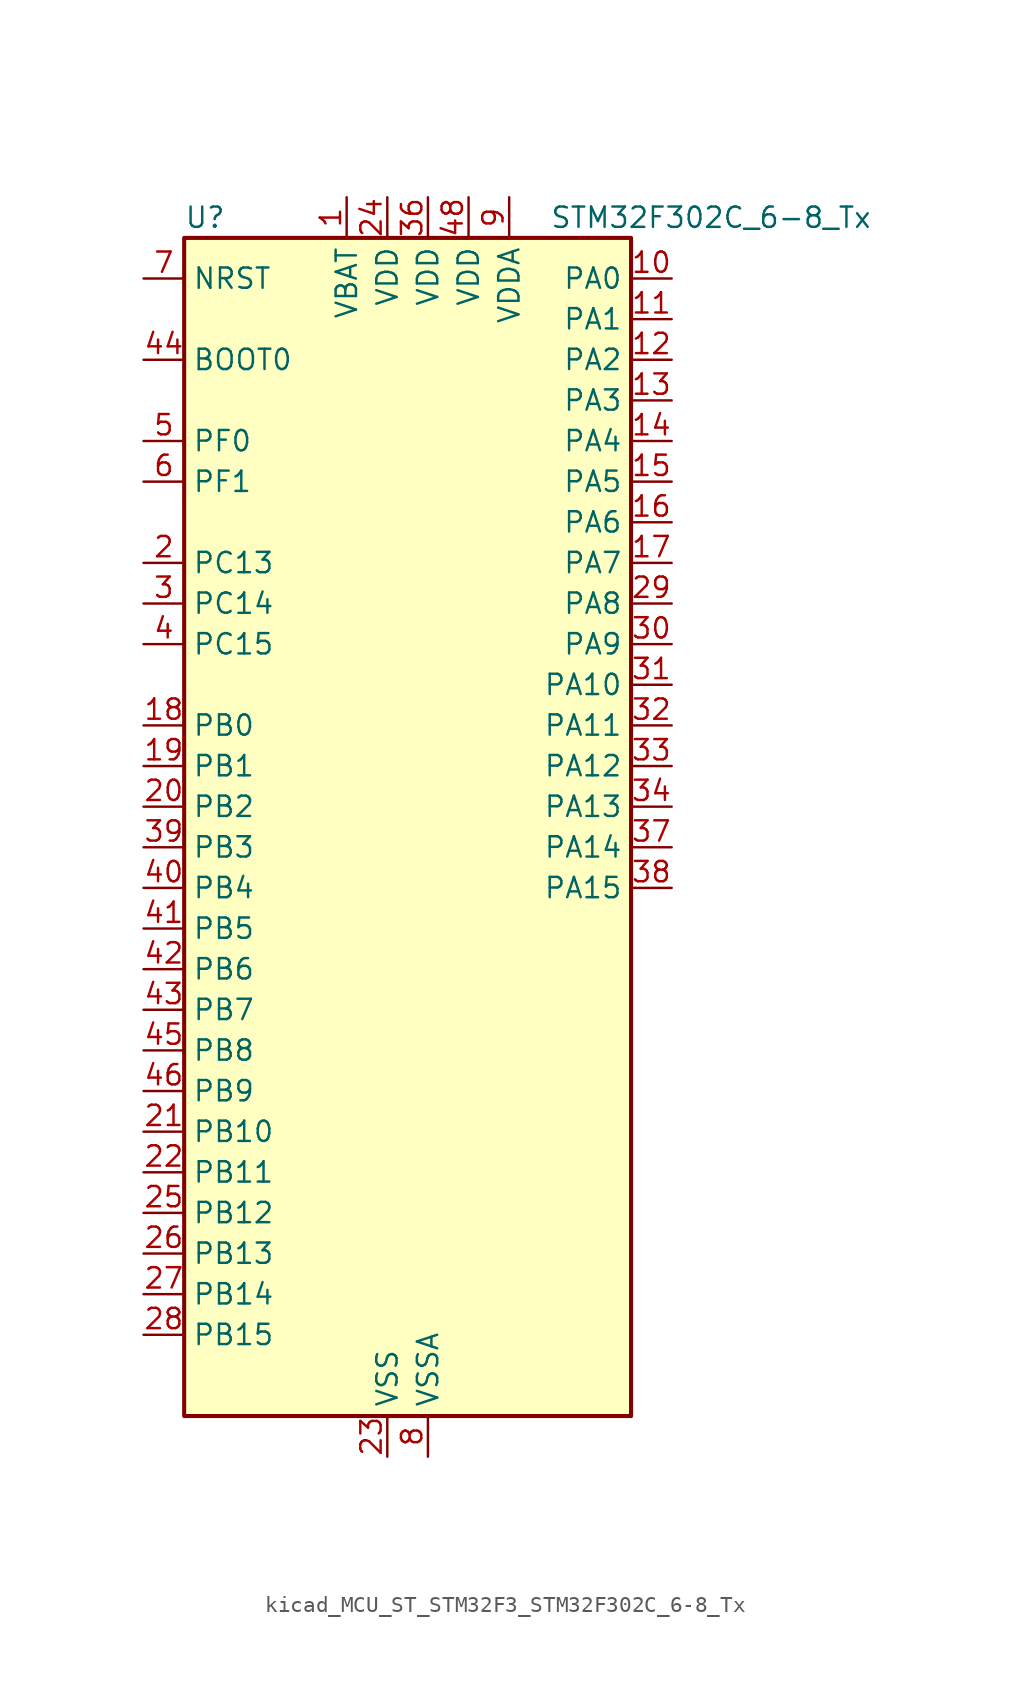
<source format=kicad_sym>
(kicad_symbol_lib
  (version 20220914)
  (generator kicad_symbol_editor)
  (symbol "kicad_MCU_ST_STM32F3_STM32F302C_6-8_Tx"
    (property "Reference" "U"
      (at -12.7 39.37 0)
      (effects (font (size 1.27 1.27)) (justify left)))
    (property "Value" "STM32F302C_6-8_Tx"
      (at 10.16 39.37 0)
      (effects (font (size 1.27 1.27)) (justify left)))
    (property "ki_locked" ""
      (at 0 0 0)
      (effects (font (size 1.27 1.27))))
    (symbol "kicad_MCU_ST_STM32F3_STM32F302C_6-8_Tx_0_1"
      (rectangle (start -12.7 -35.56) (end 15.24 38.1) (stroke (width 0.254) (type default)) (fill (type background))))
    (symbol "kicad_MCU_ST_STM32F3_STM32F302C_6-8_Tx_1_1"
      (pin power_in line (at -2.54 40.64 270) (length 2.54) (name "VBAT" (effects (font (size 1.27 1.27)))) (number "1" (effects (font (size 1.27 1.27)))))
      (pin bidirectional line (at 17.78 35.56 180) (length 2.54) (name "PA0" (effects (font (size 1.27 1.27)))) (number "10" (effects (font (size 1.27 1.27)))) (alternate "ADC1_IN1" bidirectional line) (alternate "RTC_TAMP2" bidirectional line) (alternate "SYS_WKUP1" bidirectional line) (alternate "TIM2_CH1" bidirectional line) (alternate "TIM2_ETR" bidirectional line) (alternate "TSC_G1_IO1" bidirectional line) (alternate "USART2_CTS" bidirectional line))
      (pin bidirectional line (at 17.78 33.02 180) (length 2.54) (name "PA1" (effects (font (size 1.27 1.27)))) (number "11" (effects (font (size 1.27 1.27)))) (alternate "ADC1_IN2" bidirectional line) (alternate "RTC_REFIN" bidirectional line) (alternate "TIM15_CH1N" bidirectional line) (alternate "TIM2_CH2" bidirectional line) (alternate "TSC_G1_IO2" bidirectional line) (alternate "USART2_DE" bidirectional line) (alternate "USART2_RTS" bidirectional line))
      (pin bidirectional line (at 17.78 30.48 180) (length 2.54) (name "PA2" (effects (font (size 1.27 1.27)))) (number "12" (effects (font (size 1.27 1.27)))) (alternate "ADC1_IN3" bidirectional line) (alternate "COMP2_INM" bidirectional line) (alternate "COMP2_OUT" bidirectional line) (alternate "TIM15_CH1" bidirectional line) (alternate "TIM2_CH3" bidirectional line) (alternate "TSC_G1_IO3" bidirectional line) (alternate "USART2_TX" bidirectional line))
      (pin bidirectional line (at 17.78 27.94 180) (length 2.54) (name "PA3" (effects (font (size 1.27 1.27)))) (number "13" (effects (font (size 1.27 1.27)))) (alternate "ADC1_IN4" bidirectional line) (alternate "TIM15_CH2" bidirectional line) (alternate "TIM2_CH4" bidirectional line) (alternate "TSC_G1_IO4" bidirectional line) (alternate "USART2_RX" bidirectional line))
      (pin bidirectional line (at 17.78 25.4 180) (length 2.54) (name "PA4" (effects (font (size 1.27 1.27)))) (number "14" (effects (font (size 1.27 1.27)))) (alternate "ADC1_IN5" bidirectional line) (alternate "COMP2_INM" bidirectional line) (alternate "COMP4_INM" bidirectional line) (alternate "COMP6_INM" bidirectional line) (alternate "DAC_OUT1" bidirectional line) (alternate "I2S3_WS" bidirectional line) (alternate "SPI3_NSS" bidirectional line) (alternate "TSC_G2_IO1" bidirectional line) (alternate "USART2_CK" bidirectional line))
      (pin bidirectional line (at 17.78 22.86 180) (length 2.54) (name "PA5" (effects (font (size 1.27 1.27)))) (number "15" (effects (font (size 1.27 1.27)))) (alternate "OPAMP2_VINM" bidirectional line) (alternate "OPAMP2_VINM_SEC" bidirectional line) (alternate "TIM2_CH1" bidirectional line) (alternate "TIM2_ETR" bidirectional line) (alternate "TSC_G2_IO2" bidirectional line))
      (pin bidirectional line (at 17.78 20.32 180) (length 2.54) (name "PA6" (effects (font (size 1.27 1.27)))) (number "16" (effects (font (size 1.27 1.27)))) (alternate "ADC1_IN10" bidirectional line) (alternate "OPAMP2_VOUT" bidirectional line) (alternate "TIM16_CH1" bidirectional line) (alternate "TIM1_BKIN" bidirectional line) (alternate "TSC_G2_IO3" bidirectional line))
      (pin bidirectional line (at 17.78 17.78 180) (length 2.54) (name "PA7" (effects (font (size 1.27 1.27)))) (number "17" (effects (font (size 1.27 1.27)))) (alternate "ADC1_IN15" bidirectional line) (alternate "COMP2_INP" bidirectional line) (alternate "OPAMP2_VINP" bidirectional line) (alternate "OPAMP2_VINP_SEC" bidirectional line) (alternate "TIM17_CH1" bidirectional line) (alternate "TIM1_CH1N" bidirectional line) (alternate "TSC_G2_IO4" bidirectional line))
      (pin bidirectional line (at -15.24 7.62 0) (length 2.54) (name "PB0" (effects (font (size 1.27 1.27)))) (number "18" (effects (font (size 1.27 1.27)))) (alternate "ADC1_IN11" bidirectional line) (alternate "COMP4_INP" bidirectional line) (alternate "OPAMP2_VINP" bidirectional line) (alternate "OPAMP2_VINP_SEC" bidirectional line) (alternate "TIM1_CH2N" bidirectional line) (alternate "TSC_G3_IO2" bidirectional line))
      (pin bidirectional line (at -15.24 5.08 0) (length 2.54) (name "PB1" (effects (font (size 1.27 1.27)))) (number "19" (effects (font (size 1.27 1.27)))) (alternate "ADC1_IN12" bidirectional line) (alternate "COMP4_OUT" bidirectional line) (alternate "TIM1_CH3N" bidirectional line) (alternate "TSC_G3_IO3" bidirectional line))
      (pin bidirectional line (at -15.24 17.78 0) (length 2.54) (name "PC13" (effects (font (size 1.27 1.27)))) (number "2" (effects (font (size 1.27 1.27)))) (alternate "RTC_OUT_ALARM" bidirectional line) (alternate "RTC_OUT_CALIB" bidirectional line) (alternate "RTC_TAMP1" bidirectional line) (alternate "RTC_TS" bidirectional line) (alternate "SYS_WKUP2" bidirectional line) (alternate "TIM1_CH1N" bidirectional line))
      (pin bidirectional line (at -15.24 2.54 0) (length 2.54) (name "PB2" (effects (font (size 1.27 1.27)))) (number "20" (effects (font (size 1.27 1.27)))) (alternate "COMP4_INM" bidirectional line) (alternate "TSC_G3_IO4" bidirectional line))
      (pin bidirectional line (at -15.24 -17.78 0) (length 2.54) (name "PB10" (effects (font (size 1.27 1.27)))) (number "21" (effects (font (size 1.27 1.27)))) (alternate "TIM2_CH3" bidirectional line) (alternate "TSC_SYNC" bidirectional line) (alternate "USART3_TX" bidirectional line))
      (pin bidirectional line (at -15.24 -20.32 0) (length 2.54) (name "PB11" (effects (font (size 1.27 1.27)))) (number "22" (effects (font (size 1.27 1.27)))) (alternate "ADC1_EXTI11" bidirectional line) (alternate "ADC1_IN14" bidirectional line) (alternate "COMP6_INP" bidirectional line) (alternate "TIM2_CH4" bidirectional line) (alternate "TSC_G6_IO1" bidirectional line) (alternate "USART3_RX" bidirectional line))
      (pin power_in line (at 0 -38.1 90) (length 2.54) (name "VSS" (effects (font (size 1.27 1.27)))) (number "23" (effects (font (size 1.27 1.27)))))
      (pin power_in line (at 0 40.64 270) (length 2.54) (name "VDD" (effects (font (size 1.27 1.27)))) (number "24" (effects (font (size 1.27 1.27)))))
      (pin bidirectional line (at -15.24 -22.86 0) (length 2.54) (name "PB12" (effects (font (size 1.27 1.27)))) (number "25" (effects (font (size 1.27 1.27)))) (alternate "I2C2_SMBA" bidirectional line) (alternate "I2S2_WS" bidirectional line) (alternate "SPI2_NSS" bidirectional line) (alternate "TIM1_BKIN" bidirectional line) (alternate "TSC_G6_IO2" bidirectional line) (alternate "USART3_CK" bidirectional line))
      (pin bidirectional line (at -15.24 -25.4 0) (length 2.54) (name "PB13" (effects (font (size 1.27 1.27)))) (number "26" (effects (font (size 1.27 1.27)))) (alternate "ADC1_IN13" bidirectional line) (alternate "I2S2_CK" bidirectional line) (alternate "SPI2_SCK" bidirectional line) (alternate "TIM1_CH1N" bidirectional line) (alternate "TSC_G6_IO3" bidirectional line) (alternate "USART3_CTS" bidirectional line))
      (pin bidirectional line (at -15.24 -27.94 0) (length 2.54) (name "PB14" (effects (font (size 1.27 1.27)))) (number "27" (effects (font (size 1.27 1.27)))) (alternate "I2S2_ext_SD" bidirectional line) (alternate "OPAMP2_VINP" bidirectional line) (alternate "OPAMP2_VINP_SEC" bidirectional line) (alternate "SPI2_MISO" bidirectional line) (alternate "TIM15_CH1" bidirectional line) (alternate "TIM1_CH2N" bidirectional line) (alternate "TSC_G6_IO4" bidirectional line) (alternate "USART3_DE" bidirectional line) (alternate "USART3_RTS" bidirectional line))
      (pin bidirectional line (at -15.24 -30.48 0) (length 2.54) (name "PB15" (effects (font (size 1.27 1.27)))) (number "28" (effects (font (size 1.27 1.27)))) (alternate "ADC1_EXTI15" bidirectional line) (alternate "COMP6_INM" bidirectional line) (alternate "I2S2_SD" bidirectional line) (alternate "RTC_REFIN" bidirectional line) (alternate "SPI2_MOSI" bidirectional line) (alternate "TIM15_CH1N" bidirectional line) (alternate "TIM15_CH2" bidirectional line) (alternate "TIM1_CH3N" bidirectional line))
      (pin bidirectional line (at 17.78 15.24 180) (length 2.54) (name "PA8" (effects (font (size 1.27 1.27)))) (number "29" (effects (font (size 1.27 1.27)))) (alternate "I2C2_SMBA" bidirectional line) (alternate "I2C3_SCL" bidirectional line) (alternate "I2S2_MCK" bidirectional line) (alternate "RCC_MCO" bidirectional line) (alternate "TIM1_CH1" bidirectional line) (alternate "USART1_CK" bidirectional line))
      (pin bidirectional line (at -15.24 15.24 0) (length 2.54) (name "PC14" (effects (font (size 1.27 1.27)))) (number "3" (effects (font (size 1.27 1.27)))) (alternate "RCC_OSC32_IN" bidirectional line))
      (pin bidirectional line (at 17.78 12.7 180) (length 2.54) (name "PA9" (effects (font (size 1.27 1.27)))) (number "30" (effects (font (size 1.27 1.27)))) (alternate "DAC_EXTI9" bidirectional line) (alternate "I2C2_SCL" bidirectional line) (alternate "I2C3_SMBA" bidirectional line) (alternate "I2S3_MCK" bidirectional line) (alternate "TIM15_BKIN" bidirectional line) (alternate "TIM1_CH2" bidirectional line) (alternate "TIM2_CH3" bidirectional line) (alternate "TSC_G4_IO1" bidirectional line) (alternate "USART1_TX" bidirectional line))
      (pin bidirectional line (at 17.78 10.16 180) (length 2.54) (name "PA10" (effects (font (size 1.27 1.27)))) (number "31" (effects (font (size 1.27 1.27)))) (alternate "COMP6_OUT" bidirectional line) (alternate "I2C2_SDA" bidirectional line) (alternate "I2S2_ext_SD" bidirectional line) (alternate "SPI2_MISO" bidirectional line) (alternate "TIM17_BKIN" bidirectional line) (alternate "TIM1_CH3" bidirectional line) (alternate "TIM2_CH4" bidirectional line) (alternate "TSC_G4_IO2" bidirectional line) (alternate "USART1_RX" bidirectional line))
      (pin bidirectional line (at 17.78 7.62 180) (length 2.54) (name "PA11" (effects (font (size 1.27 1.27)))) (number "32" (effects (font (size 1.27 1.27)))) (alternate "ADC1_EXTI11" bidirectional line) (alternate "CAN_RX" bidirectional line) (alternate "I2S2_SD" bidirectional line) (alternate "SPI2_MOSI" bidirectional line) (alternate "TIM1_BKIN2" bidirectional line) (alternate "TIM1_CH1N" bidirectional line) (alternate "TIM1_CH4" bidirectional line) (alternate "USART1_CTS" bidirectional line) (alternate "USB_DM" bidirectional line))
      (pin bidirectional line (at 17.78 5.08 180) (length 2.54) (name "PA12" (effects (font (size 1.27 1.27)))) (number "33" (effects (font (size 1.27 1.27)))) (alternate "CAN_TX" bidirectional line) (alternate "COMP2_OUT" bidirectional line) (alternate "I2S_CKIN" bidirectional line) (alternate "TIM16_CH1" bidirectional line) (alternate "TIM1_CH2N" bidirectional line) (alternate "TIM1_ETR" bidirectional line) (alternate "USART1_DE" bidirectional line) (alternate "USART1_RTS" bidirectional line) (alternate "USB_DP" bidirectional line))
      (pin bidirectional line (at 17.78 2.54 180) (length 2.54) (name "PA13" (effects (font (size 1.27 1.27)))) (number "34" (effects (font (size 1.27 1.27)))) (alternate "IR_OUT" bidirectional line) (alternate "SYS_JTMS-SWDIO" bidirectional line) (alternate "TIM16_CH1N" bidirectional line) (alternate "TSC_G4_IO3" bidirectional line) (alternate "USART3_CTS" bidirectional line))
      (pin passive line (at 0 -38.1 90) (length 2.54) hide (name "VSS" (effects (font (size 1.27 1.27)))) (number "35" (effects (font (size 1.27 1.27)))))
      (pin power_in line (at 2.54 40.64 270) (length 2.54) (name "VDD" (effects (font (size 1.27 1.27)))) (number "36" (effects (font (size 1.27 1.27)))))
      (pin bidirectional line (at 17.78 0 180) (length 2.54) (name "PA14" (effects (font (size 1.27 1.27)))) (number "37" (effects (font (size 1.27 1.27)))) (alternate "I2C1_SDA" bidirectional line) (alternate "SYS_JTCK-SWCLK" bidirectional line) (alternate "TIM1_BKIN" bidirectional line) (alternate "TSC_G4_IO4" bidirectional line) (alternate "USART2_TX" bidirectional line))
      (pin bidirectional line (at 17.78 -2.54 180) (length 2.54) (name "PA15" (effects (font (size 1.27 1.27)))) (number "38" (effects (font (size 1.27 1.27)))) (alternate "ADC1_EXTI15" bidirectional line) (alternate "I2C1_SCL" bidirectional line) (alternate "I2S3_WS" bidirectional line) (alternate "SPI3_NSS" bidirectional line) (alternate "SYS_JTDI" bidirectional line) (alternate "TIM1_BKIN" bidirectional line) (alternate "TIM2_CH1" bidirectional line) (alternate "TIM2_ETR" bidirectional line) (alternate "TSC_SYNC" bidirectional line) (alternate "USART2_RX" bidirectional line))
      (pin bidirectional line (at -15.24 0 0) (length 2.54) (name "PB3" (effects (font (size 1.27 1.27)))) (number "39" (effects (font (size 1.27 1.27)))) (alternate "I2S3_CK" bidirectional line) (alternate "SPI3_SCK" bidirectional line) (alternate "SYS_JTDO-TRACESWO" bidirectional line) (alternate "TIM2_CH2" bidirectional line) (alternate "TSC_G5_IO1" bidirectional line) (alternate "USART2_TX" bidirectional line))
      (pin bidirectional line (at -15.24 12.7 0) (length 2.54) (name "PC15" (effects (font (size 1.27 1.27)))) (number "4" (effects (font (size 1.27 1.27)))) (alternate "ADC1_EXTI15" bidirectional line) (alternate "RCC_OSC32_OUT" bidirectional line))
      (pin bidirectional line (at -15.24 -2.54 0) (length 2.54) (name "PB4" (effects (font (size 1.27 1.27)))) (number "40" (effects (font (size 1.27 1.27)))) (alternate "I2S3_ext_SD" bidirectional line) (alternate "SPI3_MISO" bidirectional line) (alternate "SYS_NJTRST" bidirectional line) (alternate "TIM16_CH1" bidirectional line) (alternate "TIM17_BKIN" bidirectional line) (alternate "TSC_G5_IO2" bidirectional line) (alternate "USART2_RX" bidirectional line))
      (pin bidirectional line (at -15.24 -5.08 0) (length 2.54) (name "PB5" (effects (font (size 1.27 1.27)))) (number "41" (effects (font (size 1.27 1.27)))) (alternate "I2C1_SMBA" bidirectional line) (alternate "I2C3_SDA" bidirectional line) (alternate "I2S3_SD" bidirectional line) (alternate "SPI3_MOSI" bidirectional line) (alternate "TIM16_BKIN" bidirectional line) (alternate "TIM17_CH1" bidirectional line) (alternate "USART2_CK" bidirectional line))
      (pin bidirectional line (at -15.24 -7.62 0) (length 2.54) (name "PB6" (effects (font (size 1.27 1.27)))) (number "42" (effects (font (size 1.27 1.27)))) (alternate "I2C1_SCL" bidirectional line) (alternate "TIM16_CH1N" bidirectional line) (alternate "TSC_G5_IO3" bidirectional line) (alternate "USART1_TX" bidirectional line))
      (pin bidirectional line (at -15.24 -10.16 0) (length 2.54) (name "PB7" (effects (font (size 1.27 1.27)))) (number "43" (effects (font (size 1.27 1.27)))) (alternate "I2C1_SDA" bidirectional line) (alternate "TIM17_CH1N" bidirectional line) (alternate "TSC_G5_IO4" bidirectional line) (alternate "USART1_RX" bidirectional line))
      (pin input line (at -15.24 30.48 0) (length 2.54) (name "BOOT0" (effects (font (size 1.27 1.27)))) (number "44" (effects (font (size 1.27 1.27)))))
      (pin bidirectional line (at -15.24 -12.7 0) (length 2.54) (name "PB8" (effects (font (size 1.27 1.27)))) (number "45" (effects (font (size 1.27 1.27)))) (alternate "CAN_RX" bidirectional line) (alternate "I2C1_SCL" bidirectional line) (alternate "TIM16_CH1" bidirectional line) (alternate "TIM1_BKIN" bidirectional line) (alternate "TSC_SYNC" bidirectional line) (alternate "USART3_RX" bidirectional line))
      (pin bidirectional line (at -15.24 -15.24 0) (length 2.54) (name "PB9" (effects (font (size 1.27 1.27)))) (number "46" (effects (font (size 1.27 1.27)))) (alternate "CAN_TX" bidirectional line) (alternate "COMP2_OUT" bidirectional line) (alternate "DAC_EXTI9" bidirectional line) (alternate "I2C1_SDA" bidirectional line) (alternate "IR_OUT" bidirectional line) (alternate "TIM17_CH1" bidirectional line) (alternate "USART3_TX" bidirectional line))
      (pin passive line (at 0 -38.1 90) (length 2.54) hide (name "VSS" (effects (font (size 1.27 1.27)))) (number "47" (effects (font (size 1.27 1.27)))))
      (pin power_in line (at 5.08 40.64 270) (length 2.54) (name "VDD" (effects (font (size 1.27 1.27)))) (number "48" (effects (font (size 1.27 1.27)))))
      (pin bidirectional line (at -15.24 25.4 0) (length 2.54) (name "PF0" (effects (font (size 1.27 1.27)))) (number "5" (effects (font (size 1.27 1.27)))) (alternate "I2C2_SDA" bidirectional line) (alternate "I2S2_WS" bidirectional line) (alternate "RCC_OSC_IN" bidirectional line) (alternate "SPI2_NSS" bidirectional line) (alternate "TIM1_CH3N" bidirectional line))
      (pin bidirectional line (at -15.24 22.86 0) (length 2.54) (name "PF1" (effects (font (size 1.27 1.27)))) (number "6" (effects (font (size 1.27 1.27)))) (alternate "I2C2_SCL" bidirectional line) (alternate "I2S2_CK" bidirectional line) (alternate "RCC_OSC_OUT" bidirectional line) (alternate "SPI2_SCK" bidirectional line))
      (pin input line (at -15.24 35.56 0) (length 2.54) (name "NRST" (effects (font (size 1.27 1.27)))) (number "7" (effects (font (size 1.27 1.27)))))
      (pin power_in line (at 2.54 -38.1 90) (length 2.54) (name "VSSA" (effects (font (size 1.27 1.27)))) (number "8" (effects (font (size 1.27 1.27)))))
      (pin power_in line (at 7.62 40.64 270) (length 2.54) (name "VDDA" (effects (font (size 1.27 1.27)))) (number "9" (effects (font (size 1.27 1.27))))))))
</source>
